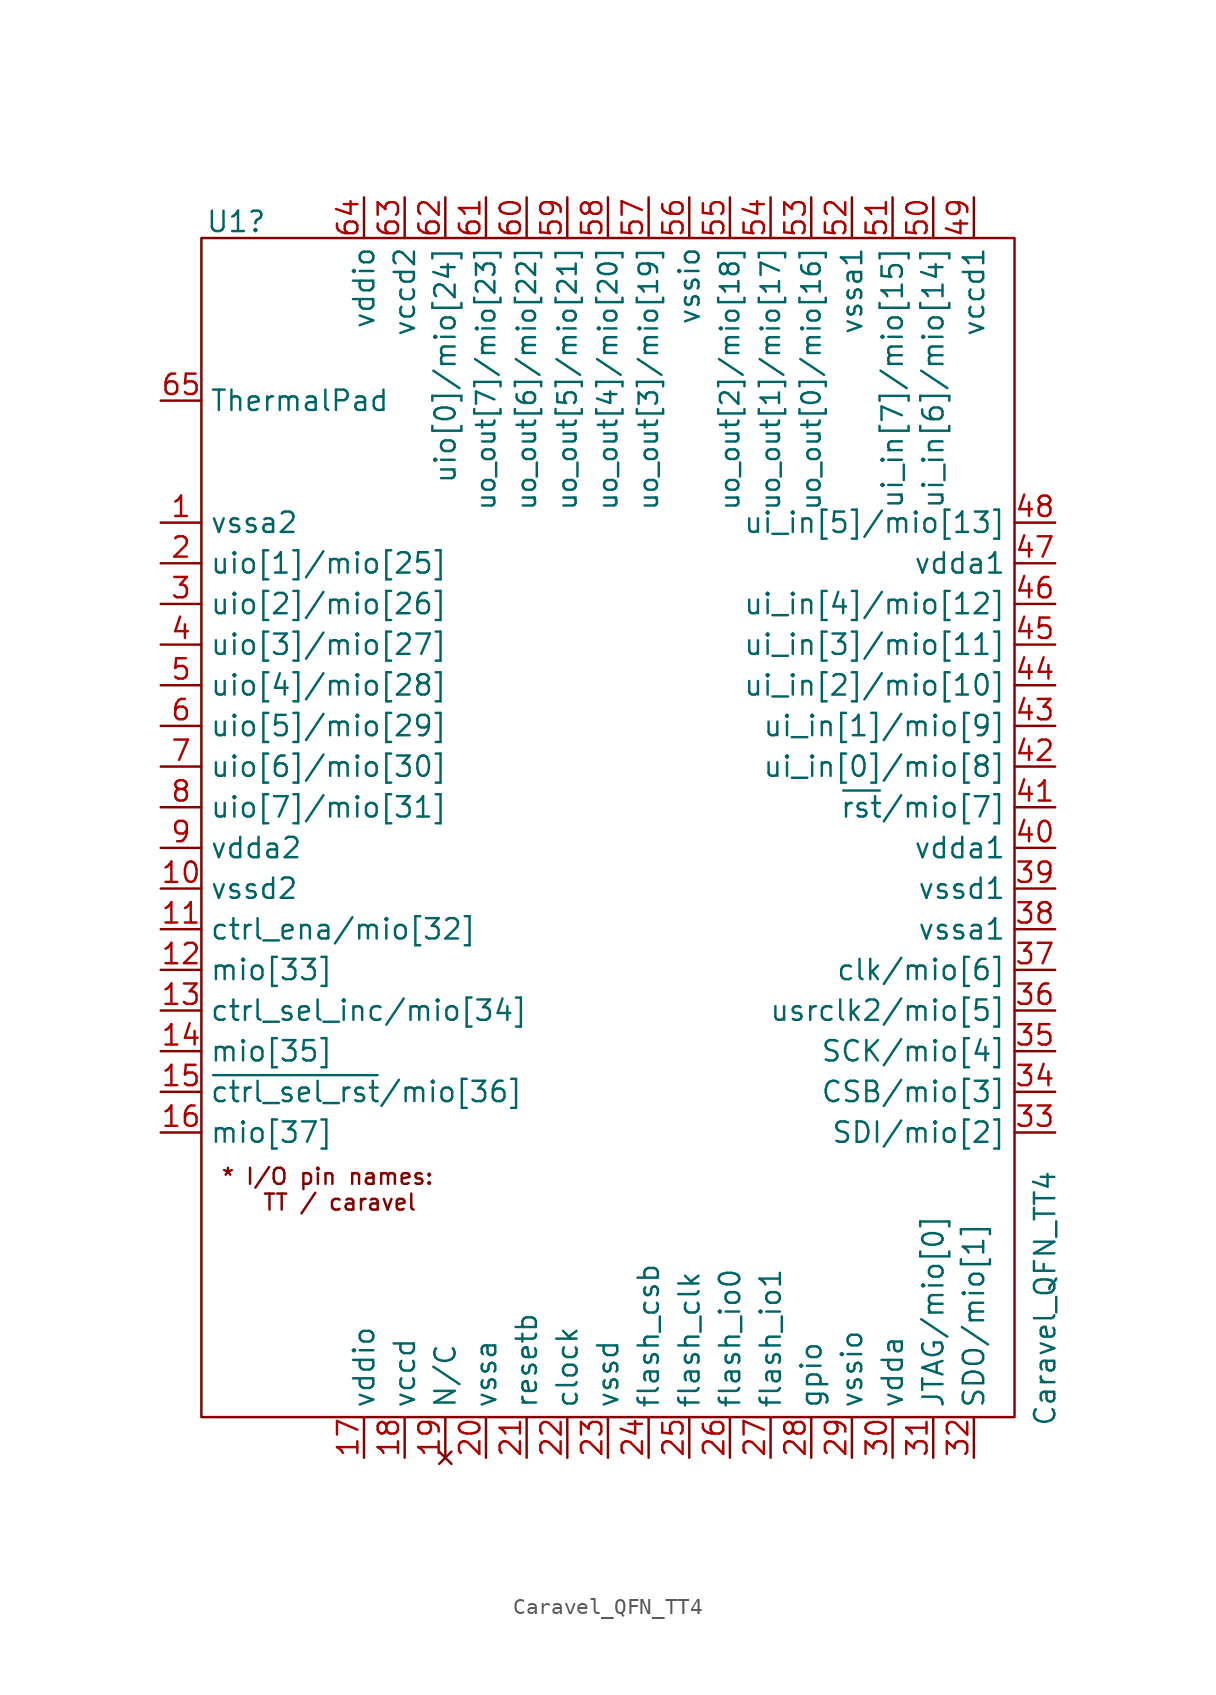
<source format=kicad_sym>
(kicad_symbol_lib
  (version 20241209)
  (generator "kicad_symbol_editor")
  (generator_version "9.0")
  (symbol "Caravel_QFN_TT4"
    (property "Reference" "U1"
      (at -26.416 41.656 0)
      (effects (font (size 1.27 1.27)) (justify left)))
    (property "Value" "Caravel_QFN_TT4"
      (at 26.035 -33.655 90)
      (effects (font (size 1.27 1.27)) (justify left)))
    (symbol "Caravel_QFN_TT4_0_1"
      (rectangle (start -26.67 40.64) (end 24.13 -33.02) (stroke (width 0) (type default)) (fill (type none))))
    (symbol "Caravel_QFN_TT4_1_1"
      (text "* I/O pin names:\n  TT / caravel" (at -18.796 -18.796 0) (effects (font (size 1 1))))
      (pin power_in line (at -29.21 30.48 0) (length 2.54) (name "ThermalPad" (effects (font (size 1.27 1.27)))) (number "65" (effects (font (size 1.27 1.27)))))
      (pin power_in line (at -29.21 22.86 0) (length 2.54) (name "vssa2" (effects (font (size 1.27 1.27)))) (number "1" (effects (font (size 1.27 1.27)))))
      (pin bidirectional line (at -29.21 20.32 0) (length 2.54) (name "uio[1]/mio[25]" (effects (font (size 1.27 1.27)))) (number "2" (effects (font (size 1.27 1.27)))))
      (pin bidirectional line (at -29.21 17.78 0) (length 2.54) (name "uio[2]/mio[26]" (effects (font (size 1.27 1.27)))) (number "3" (effects (font (size 1.27 1.27)))))
      (pin bidirectional line (at -29.21 15.24 0) (length 2.54) (name "uio[3]/mio[27]" (effects (font (size 1.27 1.27)))) (number "4" (effects (font (size 1.27 1.27)))))
      (pin bidirectional line (at -29.21 12.7 0) (length 2.54) (name "uio[4]/mio[28]" (effects (font (size 1.27 1.27)))) (number "5" (effects (font (size 1.27 1.27)))))
      (pin bidirectional line (at -29.21 10.16 0) (length 2.54) (name "uio[5]/mio[29]" (effects (font (size 1.27 1.27)))) (number "6" (effects (font (size 1.27 1.27)))))
      (pin bidirectional line (at -29.21 7.62 0) (length 2.54) (name "uio[6]/mio[30]" (effects (font (size 1.27 1.27)))) (number "7" (effects (font (size 1.27 1.27)))))
      (pin bidirectional line (at -29.21 5.08 0) (length 2.54) (name "uio[7]/mio[31]" (effects (font (size 1.27 1.27)))) (number "8" (effects (font (size 1.27 1.27)))))
      (pin power_in line (at -29.21 2.54 0) (length 2.54) (name "vdda2" (effects (font (size 1.27 1.27)))) (number "9" (effects (font (size 1.27 1.27)))))
      (pin power_in line (at -29.21 0 0) (length 2.54) (name "vssd2" (effects (font (size 1.27 1.27)))) (number "10" (effects (font (size 1.27 1.27)))))
      (pin bidirectional line (at -29.21 -2.54 0) (length 2.54) (name "ctrl_ena/mio[32]" (effects (font (size 1.27 1.27)))) (number "11" (effects (font (size 1.27 1.27)))))
      (pin bidirectional line (at -29.21 -5.08 0) (length 2.54) (name "mio[33]" (effects (font (size 1.27 1.27)))) (number "12" (effects (font (size 1.27 1.27)))))
      (pin bidirectional line (at -29.21 -7.62 0) (length 2.54) (name "ctrl_sel_inc/mio[34]" (effects (font (size 1.27 1.27)))) (number "13" (effects (font (size 1.27 1.27)))))
      (pin bidirectional line (at -29.21 -10.16 0) (length 2.54) (name "mio[35]" (effects (font (size 1.27 1.27)))) (number "14" (effects (font (size 1.27 1.27)))))
      (pin bidirectional line (at -29.21 -12.7 0) (length 2.54) (name "~{ctrl_sel_rst}/mio[36]" (effects (font (size 1.27 1.27)))) (number "15" (effects (font (size 1.27 1.27)))))
      (pin bidirectional line (at -29.21 -15.24 0) (length 2.54) (name "mio[37]" (effects (font (size 1.27 1.27)))) (number "16" (effects (font (size 1.27 1.27)))))
      (pin power_in line (at -16.51 43.18 270) (length 2.54) (name "vddio" (effects (font (size 1.27 1.27)))) (number "64" (effects (font (size 1.27 1.27)))))
      (pin power_in line (at -16.51 -35.56 90) (length 2.54) (name "vddio" (effects (font (size 1.27 1.27)))) (number "17" (effects (font (size 1.27 1.27)))))
      (pin power_in line (at -13.97 43.18 270) (length 2.54) (name "vccd2" (effects (font (size 1.27 1.27)))) (number "63" (effects (font (size 1.27 1.27)))))
      (pin power_in line (at -13.97 -35.56 90) (length 2.54) (name "vccd" (effects (font (size 1.27 1.27)))) (number "18" (effects (font (size 1.27 1.27)))))
      (pin bidirectional line (at -11.43 43.18 270) (length 2.54) (name "uio[0]/mio[24]" (effects (font (size 1.27 1.27)))) (number "62" (effects (font (size 1.27 1.27)))))
      (pin no_connect line (at -11.43 -35.56 90) (length 2.54) (name "N/C" (effects (font (size 1.27 1.27)))) (number "19" (effects (font (size 1.27 1.27)))))
      (pin bidirectional line (at -8.89 43.18 270) (length 2.54) (name "uo_out[7]/mio[23]" (effects (font (size 1.15 1.15)))) (number "61" (effects (font (size 1.27 1.27)))))
      (pin power_in line (at -8.89 -35.56 90) (length 2.54) (name "vssa" (effects (font (size 1.27 1.27)))) (number "20" (effects (font (size 1.27 1.27)))))
      (pin bidirectional line (at -6.35 43.18 270) (length 2.54) (name "uo_out[6]/mio[22]" (effects (font (size 1.15 1.15)))) (number "60" (effects (font (size 1.27 1.27)))))
      (pin input line (at -6.35 -35.56 90) (length 2.54) (name "resetb" (effects (font (size 1.27 1.27)))) (number "21" (effects (font (size 1.27 1.27)))))
      (pin bidirectional line (at -3.81 43.18 270) (length 2.54) (name "uo_out[5]/mio[21]" (effects (font (size 1.15 1.15)))) (number "59" (effects (font (size 1.27 1.27)))))
      (pin input line (at -3.81 -35.56 90) (length 2.54) (name "clock" (effects (font (size 1.27 1.27)))) (number "22" (effects (font (size 1.27 1.27)))))
      (pin bidirectional line (at -1.27 43.18 270) (length 2.54) (name "uo_out[4]/mio[20]" (effects (font (size 1.15 1.15)))) (number "58" (effects (font (size 1.27 1.27)))))
      (pin power_in line (at -1.27 -35.56 90) (length 2.54) (name "vssd" (effects (font (size 1.27 1.27)))) (number "23" (effects (font (size 1.27 1.27)))))
      (pin bidirectional line (at 1.27 43.18 270) (length 2.54) (name "uo_out[3]/mio[19]" (effects (font (size 1.15 1.15)))) (number "57" (effects (font (size 1.27 1.27)))))
      (pin output line (at 1.27 -35.56 90) (length 2.54) (name "flash_csb" (effects (font (size 1.27 1.27)))) (number "24" (effects (font (size 1.27 1.27)))))
      (pin power_in line (at 3.81 43.18 270) (length 2.54) (name "vssio" (effects (font (size 1.27 1.27)))) (number "56" (effects (font (size 1.27 1.27)))))
      (pin output line (at 3.81 -35.56 90) (length 2.54) (name "flash_clk" (effects (font (size 1.27 1.27)))) (number "25" (effects (font (size 1.27 1.27)))))
      (pin bidirectional line (at 6.35 43.18 270) (length 2.54) (name "uo_out[2]/mio[18]" (effects (font (size 1.15 1.15)))) (number "55" (effects (font (size 1.27 1.27)))))
      (pin bidirectional line (at 6.35 -35.56 90) (length 2.54) (name "flash_io0" (effects (font (size 1.27 1.27)))) (number "26" (effects (font (size 1.27 1.27)))))
      (pin bidirectional line (at 8.89 43.18 270) (length 2.54) (name "uo_out[1]/mio[17]" (effects (font (size 1.15 1.15)))) (number "54" (effects (font (size 1.27 1.27)))))
      (pin bidirectional line (at 8.89 -35.56 90) (length 2.54) (name "flash_io1" (effects (font (size 1.27 1.27)))) (number "27" (effects (font (size 1.27 1.27)))))
      (pin bidirectional line (at 11.43 43.18 270) (length 2.54) (name "uo_out[0]/mio[16]" (effects (font (size 1.15 1.15)))) (number "53" (effects (font (size 1.27 1.27)))))
      (pin bidirectional line (at 11.43 -35.56 90) (length 2.54) (name "gpio" (effects (font (size 1.27 1.27)))) (number "28" (effects (font (size 1.27 1.27)))))
      (pin power_in line (at 13.97 43.18 270) (length 2.54) (name "vssa1" (effects (font (size 1.27 1.27)))) (number "52" (effects (font (size 1.27 1.27)))))
      (pin power_in line (at 13.97 -35.56 90) (length 2.54) (name "vssio" (effects (font (size 1.27 1.27)))) (number "29" (effects (font (size 1.27 1.27)))))
      (pin bidirectional line (at 16.51 43.18 270) (length 2.54) (name "ui_in[7]/mio[15]" (effects (font (size 1.27 1.27)))) (number "51" (effects (font (size 1.27 1.27)))))
      (pin power_in line (at 16.51 -35.56 90) (length 2.54) (name "vdda" (effects (font (size 1.27 1.27)))) (number "30" (effects (font (size 1.27 1.27)))))
      (pin bidirectional line (at 19.05 43.18 270) (length 2.54) (name "ui_in[6]/mio[14]" (effects (font (size 1.27 1.27)))) (number "50" (effects (font (size 1.27 1.27)))))
      (pin bidirectional line (at 19.05 -35.56 90) (length 2.54) (name "JTAG/mio[0]" (effects (font (size 1.27 1.27)))) (number "31" (effects (font (size 1.27 1.27)))))
      (pin power_in line (at 21.59 43.18 270) (length 2.54) (name "vccd1" (effects (font (size 1.27 1.27)))) (number "49" (effects (font (size 1.27 1.27)))))
      (pin bidirectional line (at 21.59 -35.56 90) (length 2.54) (name "SDO/mio[1]" (effects (font (size 1.27 1.27)))) (number "32" (effects (font (size 1.27 1.27)))))
      (pin bidirectional line (at 26.67 22.86 180) (length 2.54) (name "ui_in[5]/mio[13]" (effects (font (size 1.27 1.27)))) (number "48" (effects (font (size 1.27 1.27)))))
      (pin power_in line (at 26.67 20.32 180) (length 2.54) (name "vdda1" (effects (font (size 1.27 1.27)))) (number "47" (effects (font (size 1.27 1.27)))))
      (pin bidirectional line (at 26.67 17.78 180) (length 2.54) (name "ui_in[4]/mio[12]" (effects (font (size 1.27 1.27)))) (number "46" (effects (font (size 1.27 1.27)))))
      (pin bidirectional line (at 26.67 15.24 180) (length 2.54) (name "ui_in[3]/mio[11]" (effects (font (size 1.27 1.27)))) (number "45" (effects (font (size 1.27 1.27)))))
      (pin bidirectional line (at 26.67 12.7 180) (length 2.54) (name "ui_in[2]/mio[10]" (effects (font (size 1.27 1.27)))) (number "44" (effects (font (size 1.27 1.27)))))
      (pin bidirectional line (at 26.67 10.16 180) (length 2.54) (name "ui_in[1]/mio[9]" (effects (font (size 1.27 1.27)))) (number "43" (effects (font (size 1.27 1.27)))))
      (pin bidirectional line (at 26.67 7.62 180) (length 2.54) (name "ui_in[0]/mio[8]" (effects (font (size 1.27 1.27)))) (number "42" (effects (font (size 1.27 1.27)))))
      (pin bidirectional line (at 26.67 5.08 180) (length 2.54) (name "~{rst}/mio[7]" (effects (font (size 1.27 1.27)))) (number "41" (effects (font (size 1.27 1.27)))))
      (pin power_in line (at 26.67 2.54 180) (length 2.54) (name "vdda1" (effects (font (size 1.27 1.27)))) (number "40" (effects (font (size 1.27 1.27)))))
      (pin power_in line (at 26.67 0 180) (length 2.54) (name "vssd1" (effects (font (size 1.27 1.27)))) (number "39" (effects (font (size 1.27 1.27)))))
      (pin power_in line (at 26.67 -2.54 180) (length 2.54) (name "vssa1" (effects (font (size 1.27 1.27)))) (number "38" (effects (font (size 1.27 1.27)))))
      (pin bidirectional line (at 26.67 -5.08 180) (length 2.54) (name "clk/mio[6]" (effects (font (size 1.27 1.27)))) (number "37" (effects (font (size 1.27 1.27)))))
      (pin bidirectional line (at 26.67 -7.62 180) (length 2.54) (name "usrclk2/mio[5]" (effects (font (size 1.27 1.27)))) (number "36" (effects (font (size 1.27 1.27)))))
      (pin bidirectional line (at 26.67 -10.16 180) (length 2.54) (name "SCK/mio[4]" (effects (font (size 1.27 1.27)))) (number "35" (effects (font (size 1.27 1.27)))))
      (pin bidirectional line (at 26.67 -12.7 180) (length 2.54) (name "CSB/mio[3]" (effects (font (size 1.27 1.27)))) (number "34" (effects (font (size 1.27 1.27)))))
      (pin bidirectional line (at 26.67 -15.24 180) (length 2.54) (name "SDI/mio[2]" (effects (font (size 1.27 1.27)))) (number "33" (effects (font (size 1.27 1.27))))))))
</source>
